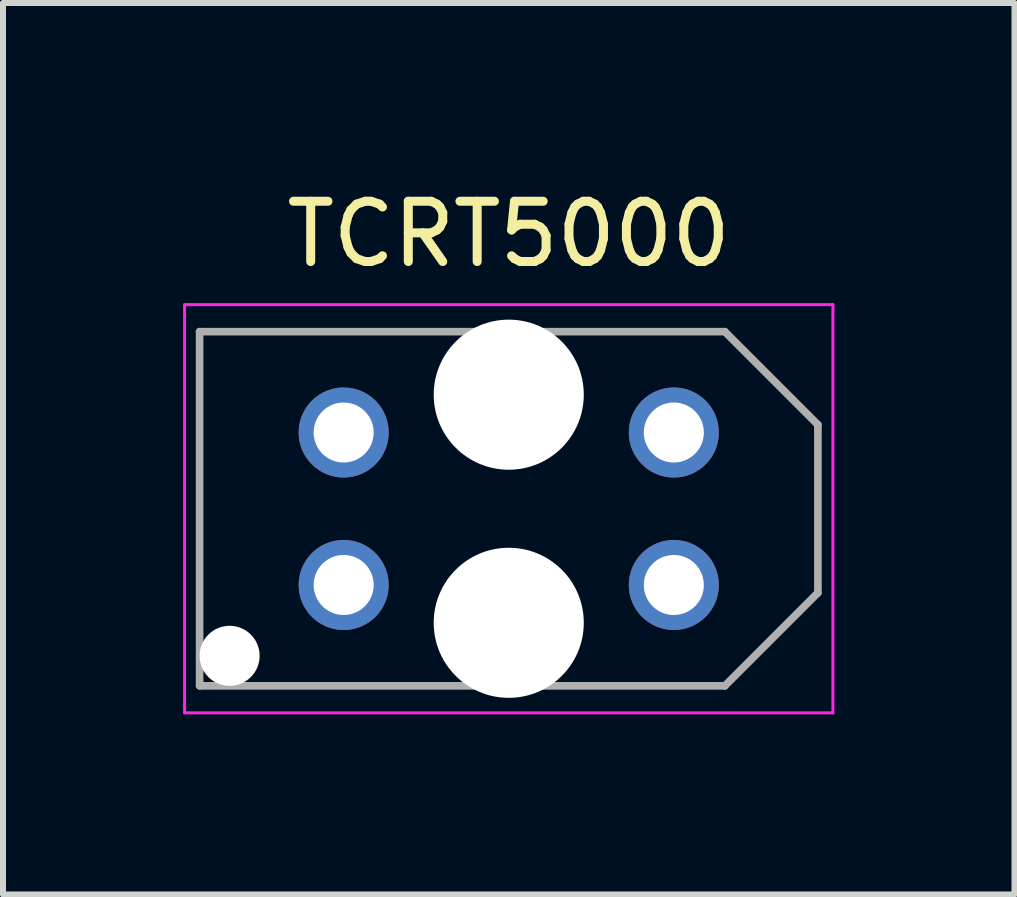
<source format=kicad_pcb>
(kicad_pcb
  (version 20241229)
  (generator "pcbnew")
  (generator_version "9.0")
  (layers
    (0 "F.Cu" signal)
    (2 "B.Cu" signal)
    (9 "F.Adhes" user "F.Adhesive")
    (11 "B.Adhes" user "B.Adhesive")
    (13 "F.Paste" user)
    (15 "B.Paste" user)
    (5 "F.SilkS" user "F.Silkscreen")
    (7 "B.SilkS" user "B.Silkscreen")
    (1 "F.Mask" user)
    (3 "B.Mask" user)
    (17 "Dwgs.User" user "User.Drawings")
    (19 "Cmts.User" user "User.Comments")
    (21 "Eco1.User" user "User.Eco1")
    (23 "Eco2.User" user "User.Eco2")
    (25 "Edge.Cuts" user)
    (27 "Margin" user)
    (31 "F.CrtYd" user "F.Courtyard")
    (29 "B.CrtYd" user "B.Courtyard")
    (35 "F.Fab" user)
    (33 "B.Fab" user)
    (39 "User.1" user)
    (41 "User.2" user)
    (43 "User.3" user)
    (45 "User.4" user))
  (footprint "TCRT5000"
    (layer "F.Cu")
    (at 5.425 5.425)
    (property "Reference" "TCRT5000" (at 0 -4.575 0) (layer "F.SilkS") (effects (font (size 1.004 1.004) (thickness 0.15))))
    (attr through_hole)
    (fp_line (start -5.4 -3.4) (end -5.4 3.4) (stroke (width 0.05) (type solid)) (layer "F.CrtYd"))
    (fp_line (start -5.4 3.4) (end 5.4 3.4) (stroke (width 0.05) (type solid)) (layer "F.CrtYd"))
    (fp_line (start 5.4 -3.4) (end -5.4 -3.4) (stroke (width 0.05) (type solid)) (layer "F.CrtYd"))
    (fp_line (start 5.4 3.4) (end 5.4 -3.4) (stroke (width 0.05) (type solid)) (layer "F.CrtYd"))
    (fp_line (start -5.15 -2.95) (end -5.15 2.95) (stroke (width 0.127) (type solid)) (layer "F.Fab"))
    (fp_line (start -5.15 2.95) (end 3.6 2.95) (stroke (width 0.127) (type solid)) (layer "F.Fab"))
    (fp_line (start 3.6 -2.95) (end -5.15 -2.95) (stroke (width 0.127) (type solid)) (layer "F.Fab"))
    (fp_line (start 3.6 -2.95) (end 5.15 -1.4) (stroke (width 0.127) (type solid)) (layer "F.Fab"))
    (fp_line (start 3.6 2.95) (end 5.15 1.4) (stroke (width 0.127) (type solid)) (layer "F.Fab"))
    (fp_line (start 5.15 1.4) (end 5.15 -1.4) (stroke (width 0.127) (type solid)) (layer "F.Fab"))
    (pad "" np_thru_hole circle (at -4.65 2.45) (size 1 1) (drill 1) (layers "*.Cu" "*.Mask"))
    (pad "" np_thru_hole circle (at 0 -1.9) (size 2.5 2.5) (drill 2.5) (layers "*.Cu" "*.Mask"))
    (pad "" np_thru_hole circle (at 0 1.9) (size 2.5 2.5) (drill 2.5) (layers "*.Cu" "*.Mask"))
    (pad "1" thru_hole circle (at -2.75 -1.27) (size 1.5 1.5) (drill 1) (layers "*.Cu" "*.Mask"))
    (pad "2" thru_hole circle (at 2.75 -1.27) (size 1.5 1.5) (drill 1) (layers "*.Cu" "*.Mask"))
    (pad "3" thru_hole circle (at 2.75 1.27) (size 1.5 1.5) (drill 1) (layers "*.Cu" "*.Mask"))
    (pad "4" thru_hole circle (at -2.75 1.27) (size 1.5 1.5) (drill 1) (layers "*.Cu" "*.Mask")))
  (gr_rect
    (start -3 -3)
    (end 13.85 11.85)
    (stroke (width 0.1) (type default))
    (fill no)
    (layer "Edge.Cuts")))
</source>
